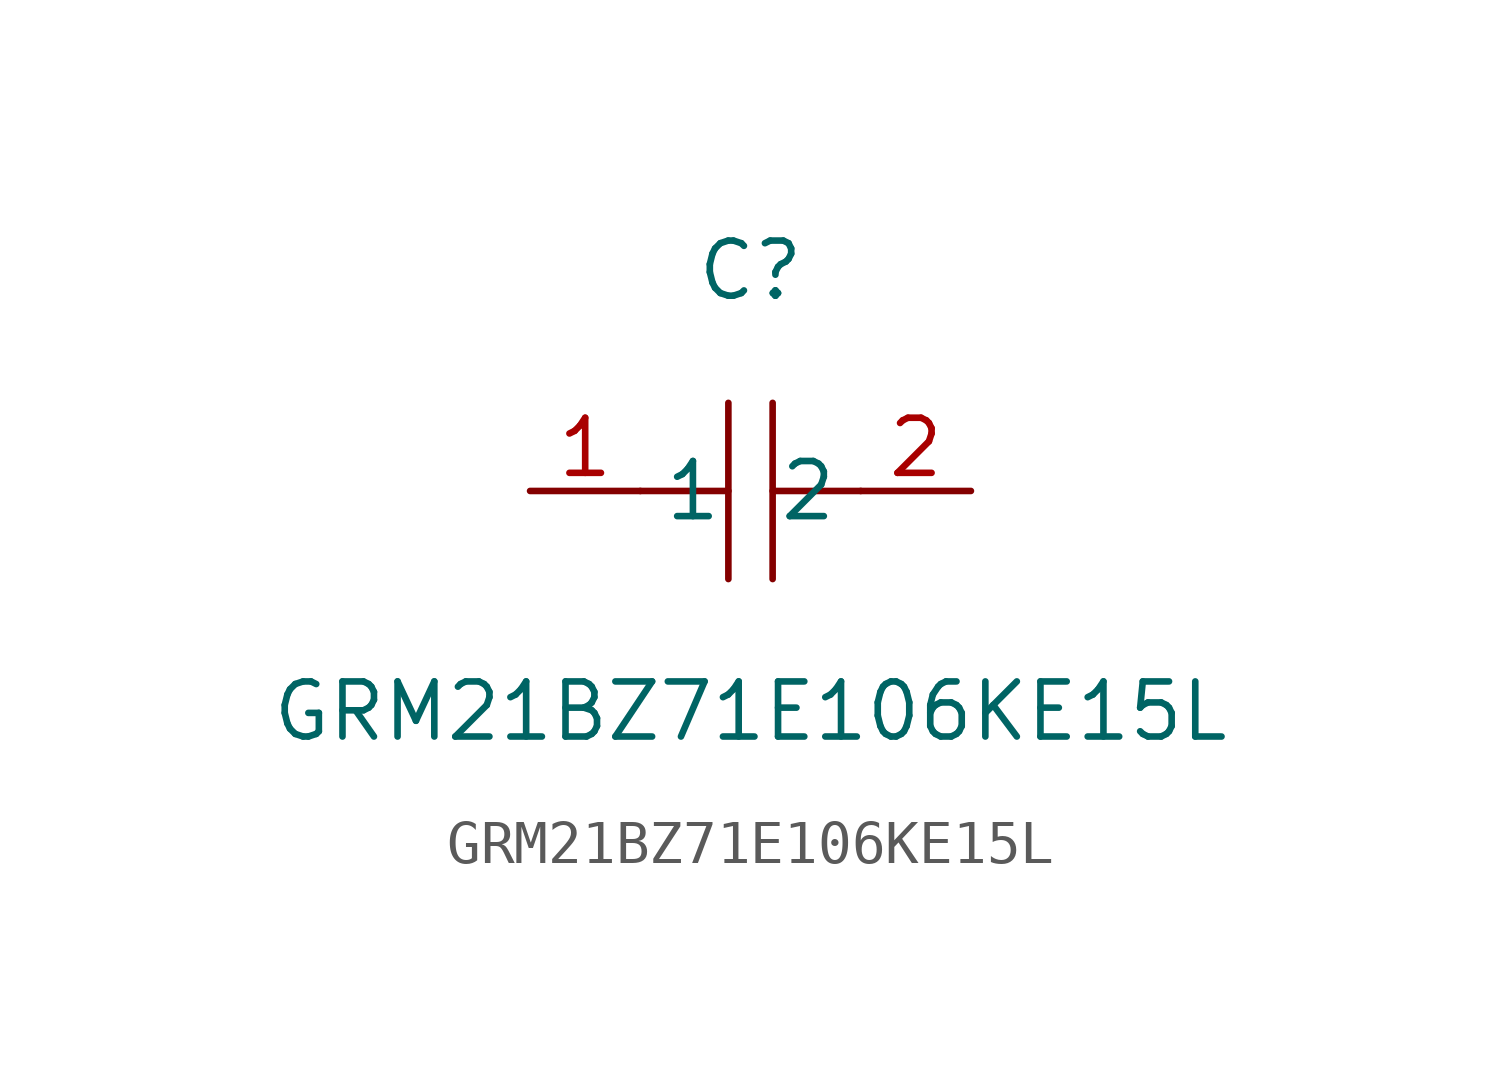
<source format=kicad_sym>
(kicad_symbol_lib
  (version 1)
  (generator "faebryk")
  (symbol "GRM21BZ71E106KE15L"
    (property "Reference" "C"
      (at 0 5.08 0)
      (effects (font (size 1.27 1.27)) (hide no)))
    (property "Value" "GRM21BZ71E106KE15L"
      (at 0 -5.08 0)
      (effects (font (size 1.27 1.27)) (hide no)))
    (symbol "GRM21BZ71E106KE15L_0_1"
      (polyline (stroke (width 0) (type default) (color 0 0 0 0)) (fill (type none)) (pts (xy -0.51 0) (xy -2.54 0)))
      (polyline (stroke (width 0) (type default) (color 0 0 0 0)) (fill (type none)) (pts (xy 0.51 2.03) (xy 0.51 -2.03)))
      (polyline (stroke (width 0) (type default) (color 0 0 0 0)) (fill (type none)) (pts (xy 2.54 0) (xy 0.51 0)))
      (polyline (stroke (width 0) (type default) (color 0 0 0 0)) (fill (type none)) (pts (xy -0.51 -2.03) (xy -0.51 2.03)))
      (pin unspecified line (at 5.08 0 180) (length 2.54) (name "2" (effects (font (size 1.27 1.27)) (hide no))) (number "2" (effects (font (size 1.27 1.27)) (hide no))))
      (pin unspecified line (at -5.08 0 0) (length 2.54) (name "1" (effects (font (size 1.27 1.27)) (hide no))) (number "1" (effects (font (size 1.27 1.27)) (hide no)))))))
</source>
